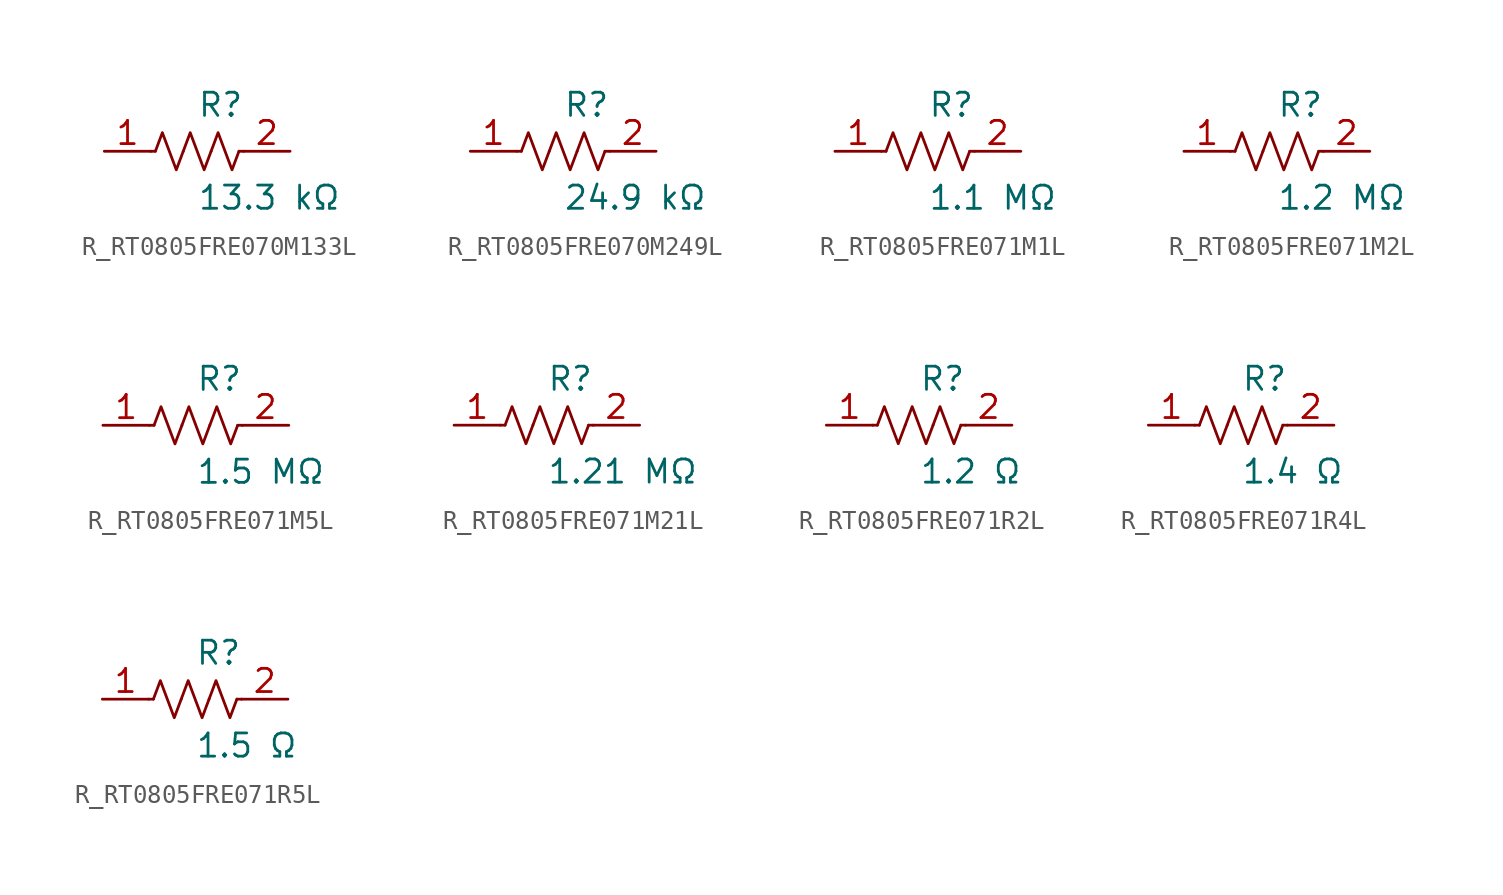
<source format=kicad_sym>
(kicad_symbol_lib
  (version 20231120)
  (generator kicad_symbol_editor)
  (generator_version 8.0)
  (symbol "R_RT0805FRE070M133L"
    (pin_names
      (offset 0.254))
    (property "Reference" "R"
      (at 0.0 2.54 0)
      (effects (font (size 1.27 1.27)) (justify left)))
    (property "Value" "13.3 kΩ"
      (at 0.0 -2.54 0)
      (effects (font (size 1.27 1.27)) (justify left)))
    (symbol "R_RT0805FRE070M133L_0_1"
      (polyline (pts (xy 2.286 0) (xy 2.54 0)) (stroke (width 0) (type default)) (fill (type none)))
      (polyline (pts (xy -2.286 0) (xy -2.54 0)) (stroke (width 0) (type default)) (fill (type none)))
      (polyline (pts (xy 0.762 0) (xy 1.143 1.016) (xy 1.524 0) (xy 1.905 -1.016) (xy 2.286 0)) (stroke (width 0) (type default)) (fill (type none)))
      (polyline (pts (xy -0.762 0) (xy -0.381 1.016) (xy 0 0) (xy 0.381 -1.016) (xy 0.762 0)) (stroke (width 0) (type default)) (fill (type none)))
      (polyline (pts (xy -2.286 0) (xy -1.905 1.016) (xy -1.524 0) (xy -1.143 -1.016) (xy -0.762 0)) (stroke (width 0) (type default)) (fill (type none))))
    (pin unspecified line
      (at -5.08 0 0)
      (length 2.54)
      (name "" (effects (font (size 1.27 1.27))))
      (number "1" (effects (font (size 1.27 1.27)))))
    (pin unspecified line
      (at 5.08 0 180)
      (length 2.54)
      (name "" (effects (font (size 1.27 1.27))))
      (number "2" (effects (font (size 1.27 1.27))))))
  (symbol "R_RT0805FRE070M249L"
    (pin_names
      (offset 0.254))
    (property "Reference" "R"
      (at 0.0 2.54 0)
      (effects (font (size 1.27 1.27)) (justify left)))
    (property "Value" "24.9 kΩ"
      (at 0.0 -2.54 0)
      (effects (font (size 1.27 1.27)) (justify left)))
    (symbol "R_RT0805FRE070M249L_0_1"
      (polyline (pts (xy 2.286 0) (xy 2.54 0)) (stroke (width 0) (type default)) (fill (type none)))
      (polyline (pts (xy -2.286 0) (xy -2.54 0)) (stroke (width 0) (type default)) (fill (type none)))
      (polyline (pts (xy 0.762 0) (xy 1.143 1.016) (xy 1.524 0) (xy 1.905 -1.016) (xy 2.286 0)) (stroke (width 0) (type default)) (fill (type none)))
      (polyline (pts (xy -0.762 0) (xy -0.381 1.016) (xy 0 0) (xy 0.381 -1.016) (xy 0.762 0)) (stroke (width 0) (type default)) (fill (type none)))
      (polyline (pts (xy -2.286 0) (xy -1.905 1.016) (xy -1.524 0) (xy -1.143 -1.016) (xy -0.762 0)) (stroke (width 0) (type default)) (fill (type none))))
    (pin unspecified line
      (at -5.08 0 0)
      (length 2.54)
      (name "" (effects (font (size 1.27 1.27))))
      (number "1" (effects (font (size 1.27 1.27)))))
    (pin unspecified line
      (at 5.08 0 180)
      (length 2.54)
      (name "" (effects (font (size 1.27 1.27))))
      (number "2" (effects (font (size 1.27 1.27))))))
  (symbol "R_RT0805FRE071M1L"
    (pin_names
      (offset 0.254))
    (property "Reference" "R"
      (at 0.0 2.54 0)
      (effects (font (size 1.27 1.27)) (justify left)))
    (property "Value" "1.1 MΩ"
      (at 0.0 -2.54 0)
      (effects (font (size 1.27 1.27)) (justify left)))
    (symbol "R_RT0805FRE071M1L_0_1"
      (polyline (pts (xy 2.286 0) (xy 2.54 0)) (stroke (width 0) (type default)) (fill (type none)))
      (polyline (pts (xy -2.286 0) (xy -2.54 0)) (stroke (width 0) (type default)) (fill (type none)))
      (polyline (pts (xy 0.762 0) (xy 1.143 1.016) (xy 1.524 0) (xy 1.905 -1.016) (xy 2.286 0)) (stroke (width 0) (type default)) (fill (type none)))
      (polyline (pts (xy -0.762 0) (xy -0.381 1.016) (xy 0 0) (xy 0.381 -1.016) (xy 0.762 0)) (stroke (width 0) (type default)) (fill (type none)))
      (polyline (pts (xy -2.286 0) (xy -1.905 1.016) (xy -1.524 0) (xy -1.143 -1.016) (xy -0.762 0)) (stroke (width 0) (type default)) (fill (type none))))
    (pin unspecified line
      (at -5.08 0 0)
      (length 2.54)
      (name "" (effects (font (size 1.27 1.27))))
      (number "1" (effects (font (size 1.27 1.27)))))
    (pin unspecified line
      (at 5.08 0 180)
      (length 2.54)
      (name "" (effects (font (size 1.27 1.27))))
      (number "2" (effects (font (size 1.27 1.27))))))
  (symbol "R_RT0805FRE071M2L"
    (pin_names
      (offset 0.254))
    (property "Reference" "R"
      (at 0.0 2.54 0)
      (effects (font (size 1.27 1.27)) (justify left)))
    (property "Value" "1.2 MΩ"
      (at 0.0 -2.54 0)
      (effects (font (size 1.27 1.27)) (justify left)))
    (symbol "R_RT0805FRE071M2L_0_1"
      (polyline (pts (xy 2.286 0) (xy 2.54 0)) (stroke (width 0) (type default)) (fill (type none)))
      (polyline (pts (xy -2.286 0) (xy -2.54 0)) (stroke (width 0) (type default)) (fill (type none)))
      (polyline (pts (xy 0.762 0) (xy 1.143 1.016) (xy 1.524 0) (xy 1.905 -1.016) (xy 2.286 0)) (stroke (width 0) (type default)) (fill (type none)))
      (polyline (pts (xy -0.762 0) (xy -0.381 1.016) (xy 0 0) (xy 0.381 -1.016) (xy 0.762 0)) (stroke (width 0) (type default)) (fill (type none)))
      (polyline (pts (xy -2.286 0) (xy -1.905 1.016) (xy -1.524 0) (xy -1.143 -1.016) (xy -0.762 0)) (stroke (width 0) (type default)) (fill (type none))))
    (pin unspecified line
      (at -5.08 0 0)
      (length 2.54)
      (name "" (effects (font (size 1.27 1.27))))
      (number "1" (effects (font (size 1.27 1.27)))))
    (pin unspecified line
      (at 5.08 0 180)
      (length 2.54)
      (name "" (effects (font (size 1.27 1.27))))
      (number "2" (effects (font (size 1.27 1.27))))))
  (symbol "R_RT0805FRE071M5L"
    (pin_names
      (offset 0.254))
    (property "Reference" "R"
      (at 0.0 2.54 0)
      (effects (font (size 1.27 1.27)) (justify left)))
    (property "Value" "1.5 MΩ"
      (at 0.0 -2.54 0)
      (effects (font (size 1.27 1.27)) (justify left)))
    (symbol "R_RT0805FRE071M5L_0_1"
      (polyline (pts (xy 2.286 0) (xy 2.54 0)) (stroke (width 0) (type default)) (fill (type none)))
      (polyline (pts (xy -2.286 0) (xy -2.54 0)) (stroke (width 0) (type default)) (fill (type none)))
      (polyline (pts (xy 0.762 0) (xy 1.143 1.016) (xy 1.524 0) (xy 1.905 -1.016) (xy 2.286 0)) (stroke (width 0) (type default)) (fill (type none)))
      (polyline (pts (xy -0.762 0) (xy -0.381 1.016) (xy 0 0) (xy 0.381 -1.016) (xy 0.762 0)) (stroke (width 0) (type default)) (fill (type none)))
      (polyline (pts (xy -2.286 0) (xy -1.905 1.016) (xy -1.524 0) (xy -1.143 -1.016) (xy -0.762 0)) (stroke (width 0) (type default)) (fill (type none))))
    (pin unspecified line
      (at -5.08 0 0)
      (length 2.54)
      (name "" (effects (font (size 1.27 1.27))))
      (number "1" (effects (font (size 1.27 1.27)))))
    (pin unspecified line
      (at 5.08 0 180)
      (length 2.54)
      (name "" (effects (font (size 1.27 1.27))))
      (number "2" (effects (font (size 1.27 1.27))))))
  (symbol "R_RT0805FRE071M21L"
    (pin_names
      (offset 0.254))
    (property "Reference" "R"
      (at 0.0 2.54 0)
      (effects (font (size 1.27 1.27)) (justify left)))
    (property "Value" "1.21 MΩ"
      (at 0.0 -2.54 0)
      (effects (font (size 1.27 1.27)) (justify left)))
    (symbol "R_RT0805FRE071M21L_0_1"
      (polyline (pts (xy 2.286 0) (xy 2.54 0)) (stroke (width 0) (type default)) (fill (type none)))
      (polyline (pts (xy -2.286 0) (xy -2.54 0)) (stroke (width 0) (type default)) (fill (type none)))
      (polyline (pts (xy 0.762 0) (xy 1.143 1.016) (xy 1.524 0) (xy 1.905 -1.016) (xy 2.286 0)) (stroke (width 0) (type default)) (fill (type none)))
      (polyline (pts (xy -0.762 0) (xy -0.381 1.016) (xy 0 0) (xy 0.381 -1.016) (xy 0.762 0)) (stroke (width 0) (type default)) (fill (type none)))
      (polyline (pts (xy -2.286 0) (xy -1.905 1.016) (xy -1.524 0) (xy -1.143 -1.016) (xy -0.762 0)) (stroke (width 0) (type default)) (fill (type none))))
    (pin unspecified line
      (at -5.08 0 0)
      (length 2.54)
      (name "" (effects (font (size 1.27 1.27))))
      (number "1" (effects (font (size 1.27 1.27)))))
    (pin unspecified line
      (at 5.08 0 180)
      (length 2.54)
      (name "" (effects (font (size 1.27 1.27))))
      (number "2" (effects (font (size 1.27 1.27))))))
  (symbol "R_RT0805FRE071R2L"
    (pin_names
      (offset 0.254))
    (property "Reference" "R"
      (at 0.0 2.54 0)
      (effects (font (size 1.27 1.27)) (justify left)))
    (property "Value" "1.2 Ω"
      (at 0.0 -2.54 0)
      (effects (font (size 1.27 1.27)) (justify left)))
    (symbol "R_RT0805FRE071R2L_0_1"
      (polyline (pts (xy 2.286 0) (xy 2.54 0)) (stroke (width 0) (type default)) (fill (type none)))
      (polyline (pts (xy -2.286 0) (xy -2.54 0)) (stroke (width 0) (type default)) (fill (type none)))
      (polyline (pts (xy 0.762 0) (xy 1.143 1.016) (xy 1.524 0) (xy 1.905 -1.016) (xy 2.286 0)) (stroke (width 0) (type default)) (fill (type none)))
      (polyline (pts (xy -0.762 0) (xy -0.381 1.016) (xy 0 0) (xy 0.381 -1.016) (xy 0.762 0)) (stroke (width 0) (type default)) (fill (type none)))
      (polyline (pts (xy -2.286 0) (xy -1.905 1.016) (xy -1.524 0) (xy -1.143 -1.016) (xy -0.762 0)) (stroke (width 0) (type default)) (fill (type none))))
    (pin unspecified line
      (at -5.08 0 0)
      (length 2.54)
      (name "" (effects (font (size 1.27 1.27))))
      (number "1" (effects (font (size 1.27 1.27)))))
    (pin unspecified line
      (at 5.08 0 180)
      (length 2.54)
      (name "" (effects (font (size 1.27 1.27))))
      (number "2" (effects (font (size 1.27 1.27))))))
  (symbol "R_RT0805FRE071R4L"
    (pin_names
      (offset 0.254))
    (property "Reference" "R"
      (at 0.0 2.54 0)
      (effects (font (size 1.27 1.27)) (justify left)))
    (property "Value" "1.4 Ω"
      (at 0.0 -2.54 0)
      (effects (font (size 1.27 1.27)) (justify left)))
    (symbol "R_RT0805FRE071R4L_0_1"
      (polyline (pts (xy 2.286 0) (xy 2.54 0)) (stroke (width 0) (type default)) (fill (type none)))
      (polyline (pts (xy -2.286 0) (xy -2.54 0)) (stroke (width 0) (type default)) (fill (type none)))
      (polyline (pts (xy 0.762 0) (xy 1.143 1.016) (xy 1.524 0) (xy 1.905 -1.016) (xy 2.286 0)) (stroke (width 0) (type default)) (fill (type none)))
      (polyline (pts (xy -0.762 0) (xy -0.381 1.016) (xy 0 0) (xy 0.381 -1.016) (xy 0.762 0)) (stroke (width 0) (type default)) (fill (type none)))
      (polyline (pts (xy -2.286 0) (xy -1.905 1.016) (xy -1.524 0) (xy -1.143 -1.016) (xy -0.762 0)) (stroke (width 0) (type default)) (fill (type none))))
    (pin unspecified line
      (at -5.08 0 0)
      (length 2.54)
      (name "" (effects (font (size 1.27 1.27))))
      (number "1" (effects (font (size 1.27 1.27)))))
    (pin unspecified line
      (at 5.08 0 180)
      (length 2.54)
      (name "" (effects (font (size 1.27 1.27))))
      (number "2" (effects (font (size 1.27 1.27))))))
  (symbol "R_RT0805FRE071R5L"
    (pin_names
      (offset 0.254))
    (property "Reference" "R"
      (at 0.0 2.54 0)
      (effects (font (size 1.27 1.27)) (justify left)))
    (property "Value" "1.5 Ω"
      (at 0.0 -2.54 0)
      (effects (font (size 1.27 1.27)) (justify left)))
    (symbol "R_RT0805FRE071R5L_0_1"
      (polyline (pts (xy 2.286 0) (xy 2.54 0)) (stroke (width 0) (type default)) (fill (type none)))
      (polyline (pts (xy -2.286 0) (xy -2.54 0)) (stroke (width 0) (type default)) (fill (type none)))
      (polyline (pts (xy 0.762 0) (xy 1.143 1.016) (xy 1.524 0) (xy 1.905 -1.016) (xy 2.286 0)) (stroke (width 0) (type default)) (fill (type none)))
      (polyline (pts (xy -0.762 0) (xy -0.381 1.016) (xy 0 0) (xy 0.381 -1.016) (xy 0.762 0)) (stroke (width 0) (type default)) (fill (type none)))
      (polyline (pts (xy -2.286 0) (xy -1.905 1.016) (xy -1.524 0) (xy -1.143 -1.016) (xy -0.762 0)) (stroke (width 0) (type default)) (fill (type none))))
    (pin unspecified line
      (at -5.08 0 0)
      (length 2.54)
      (name "" (effects (font (size 1.27 1.27))))
      (number "1" (effects (font (size 1.27 1.27)))))
    (pin unspecified line
      (at 5.08 0 180)
      (length 2.54)
      (name "" (effects (font (size 1.27 1.27))))
      (number "2" (effects (font (size 1.27 1.27)))))))
</source>
